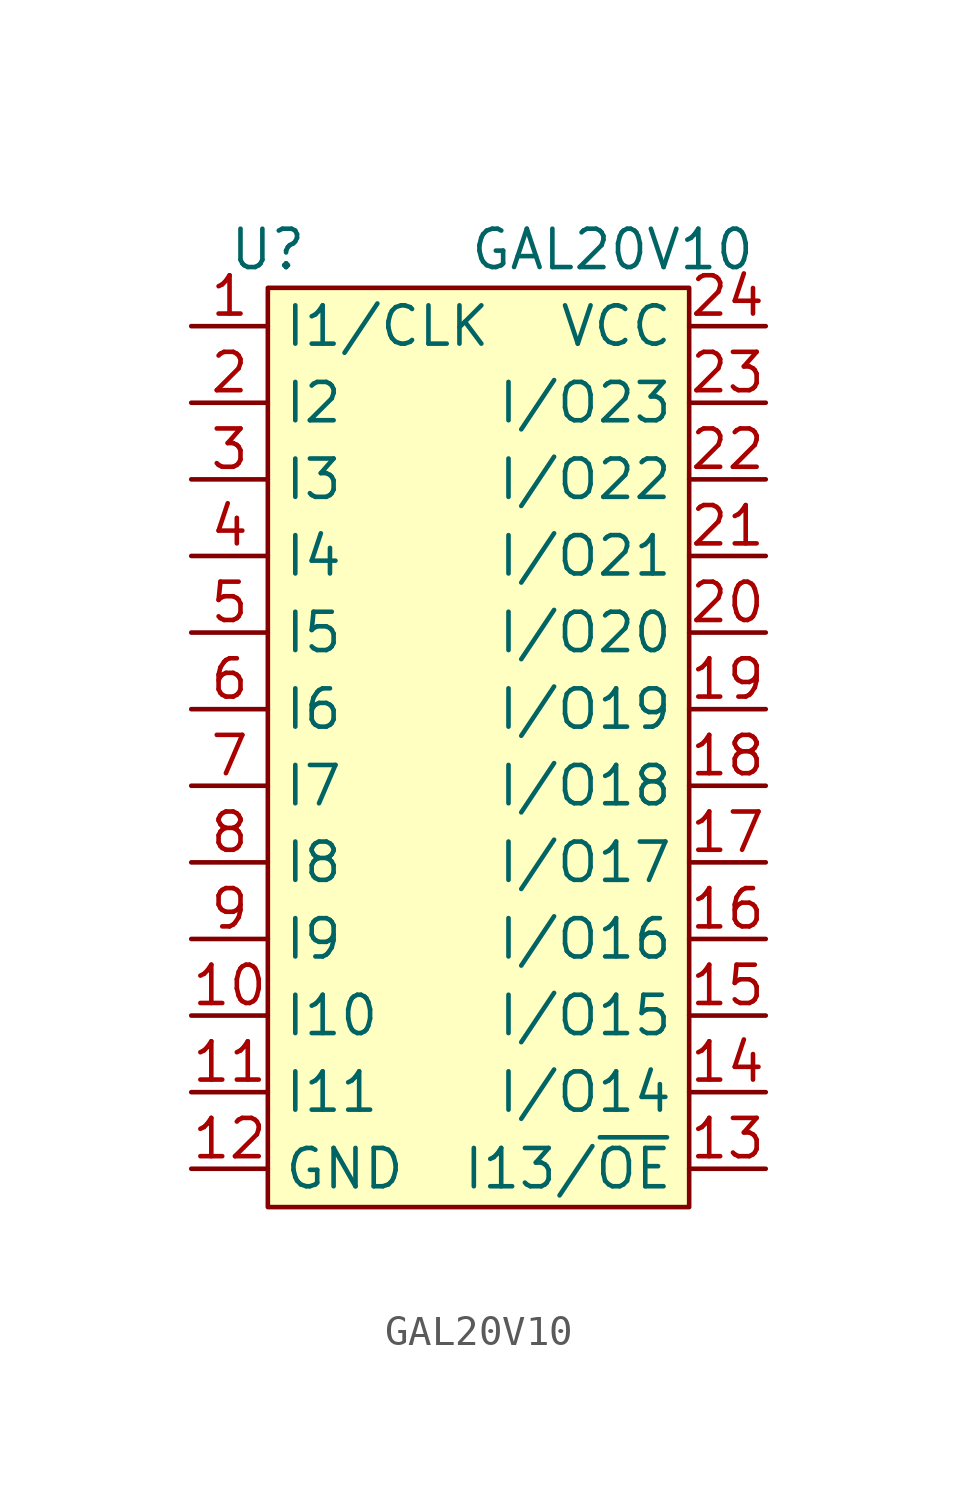
<source format=kicad_sym>
(kicad_symbol_lib
  (version 20211014)
  (generator kicad_symbol_editor)
  (symbol "GAL20V10"
    (property "Reference" "U"
      (at -6.35 -1.27 0)
      (effects (font (size 1.27 1.27))))
    (property "Value" "GAL20V10"
      (at 5.08 -1.27 0)
      (effects (font (size 1.27 1.27))))
    (symbol "GAL20V10_0_1"
      (rectangle (start -6.35 -2.54) (end 7.62 -33.02) (stroke (width 0) (type default) (color 0 0 0 0)) (fill (type background))))
    (symbol "GAL20V10_1_1"
      (pin input line (at -8.89 -3.81 0) (length 2.54) (name "I1/CLK" (effects (font (size 1.27 1.27)))) (number "1" (effects (font (size 1.27 1.27)))))
      (pin input line (at -8.89 -26.67 0) (length 2.54) (name "I10" (effects (font (size 1.27 1.27)))) (number "10" (effects (font (size 1.27 1.27)))))
      (pin input line (at -8.89 -29.21 0) (length 2.54) (name "I11" (effects (font (size 1.27 1.27)))) (number "11" (effects (font (size 1.27 1.27)))))
      (pin power_in line (at -8.89 -31.75 0) (length 2.54) (name "GND" (effects (font (size 1.27 1.27)))) (number "12" (effects (font (size 1.27 1.27)))))
      (pin input line (at 10.16 -31.75 180) (length 2.54) (name "I13/~{OE}" (effects (font (size 1.27 1.27)))) (number "13" (effects (font (size 1.27 1.27)))))
      (pin tri_state line (at 10.16 -29.21 180) (length 2.54) (name "I/O14" (effects (font (size 1.27 1.27)))) (number "14" (effects (font (size 1.27 1.27)))))
      (pin tri_state line (at 10.16 -26.67 180) (length 2.54) (name "I/O15" (effects (font (size 1.27 1.27)))) (number "15" (effects (font (size 1.27 1.27)))))
      (pin tri_state line (at 10.16 -24.13 180) (length 2.54) (name "I/O16" (effects (font (size 1.27 1.27)))) (number "16" (effects (font (size 1.27 1.27)))))
      (pin tri_state line (at 10.16 -21.59 180) (length 2.54) (name "I/O17" (effects (font (size 1.27 1.27)))) (number "17" (effects (font (size 1.27 1.27)))))
      (pin tri_state line (at 10.16 -19.05 180) (length 2.54) (name "I/O18" (effects (font (size 1.27 1.27)))) (number "18" (effects (font (size 1.27 1.27)))))
      (pin tri_state line (at 10.16 -16.51 180) (length 2.54) (name "I/O19" (effects (font (size 1.27 1.27)))) (number "19" (effects (font (size 1.27 1.27)))))
      (pin input line (at -8.89 -6.35 0) (length 2.54) (name "I2" (effects (font (size 1.27 1.27)))) (number "2" (effects (font (size 1.27 1.27)))))
      (pin tri_state line (at 10.16 -13.97 180) (length 2.54) (name "I/O20" (effects (font (size 1.27 1.27)))) (number "20" (effects (font (size 1.27 1.27)))))
      (pin tri_state line (at 10.16 -11.43 180) (length 2.54) (name "I/O21" (effects (font (size 1.27 1.27)))) (number "21" (effects (font (size 1.27 1.27)))))
      (pin tri_state line (at 10.16 -8.89 180) (length 2.54) (name "I/O22" (effects (font (size 1.27 1.27)))) (number "22" (effects (font (size 1.27 1.27)))))
      (pin tri_state line (at 10.16 -6.35 180) (length 2.54) (name "I/O23" (effects (font (size 1.27 1.27)))) (number "23" (effects (font (size 1.27 1.27)))))
      (pin power_in line (at 10.16 -3.81 180) (length 2.54) (name "VCC" (effects (font (size 1.27 1.27)))) (number "24" (effects (font (size 1.27 1.27)))))
      (pin input line (at -8.89 -8.89 0) (length 2.54) (name "I3" (effects (font (size 1.27 1.27)))) (number "3" (effects (font (size 1.27 1.27)))))
      (pin input line (at -8.89 -11.43 0) (length 2.54) (name "I4" (effects (font (size 1.27 1.27)))) (number "4" (effects (font (size 1.27 1.27)))))
      (pin input line (at -8.89 -13.97 0) (length 2.54) (name "I5" (effects (font (size 1.27 1.27)))) (number "5" (effects (font (size 1.27 1.27)))))
      (pin input line (at -8.89 -16.51 0) (length 2.54) (name "I6" (effects (font (size 1.27 1.27)))) (number "6" (effects (font (size 1.27 1.27)))))
      (pin input line (at -8.89 -19.05 0) (length 2.54) (name "I7" (effects (font (size 1.27 1.27)))) (number "7" (effects (font (size 1.27 1.27)))))
      (pin input line (at -8.89 -21.59 0) (length 2.54) (name "I8" (effects (font (size 1.27 1.27)))) (number "8" (effects (font (size 1.27 1.27)))))
      (pin input line (at -8.89 -24.13 0) (length 2.54) (name "I9" (effects (font (size 1.27 1.27)))) (number "9" (effects (font (size 1.27 1.27))))))))
</source>
